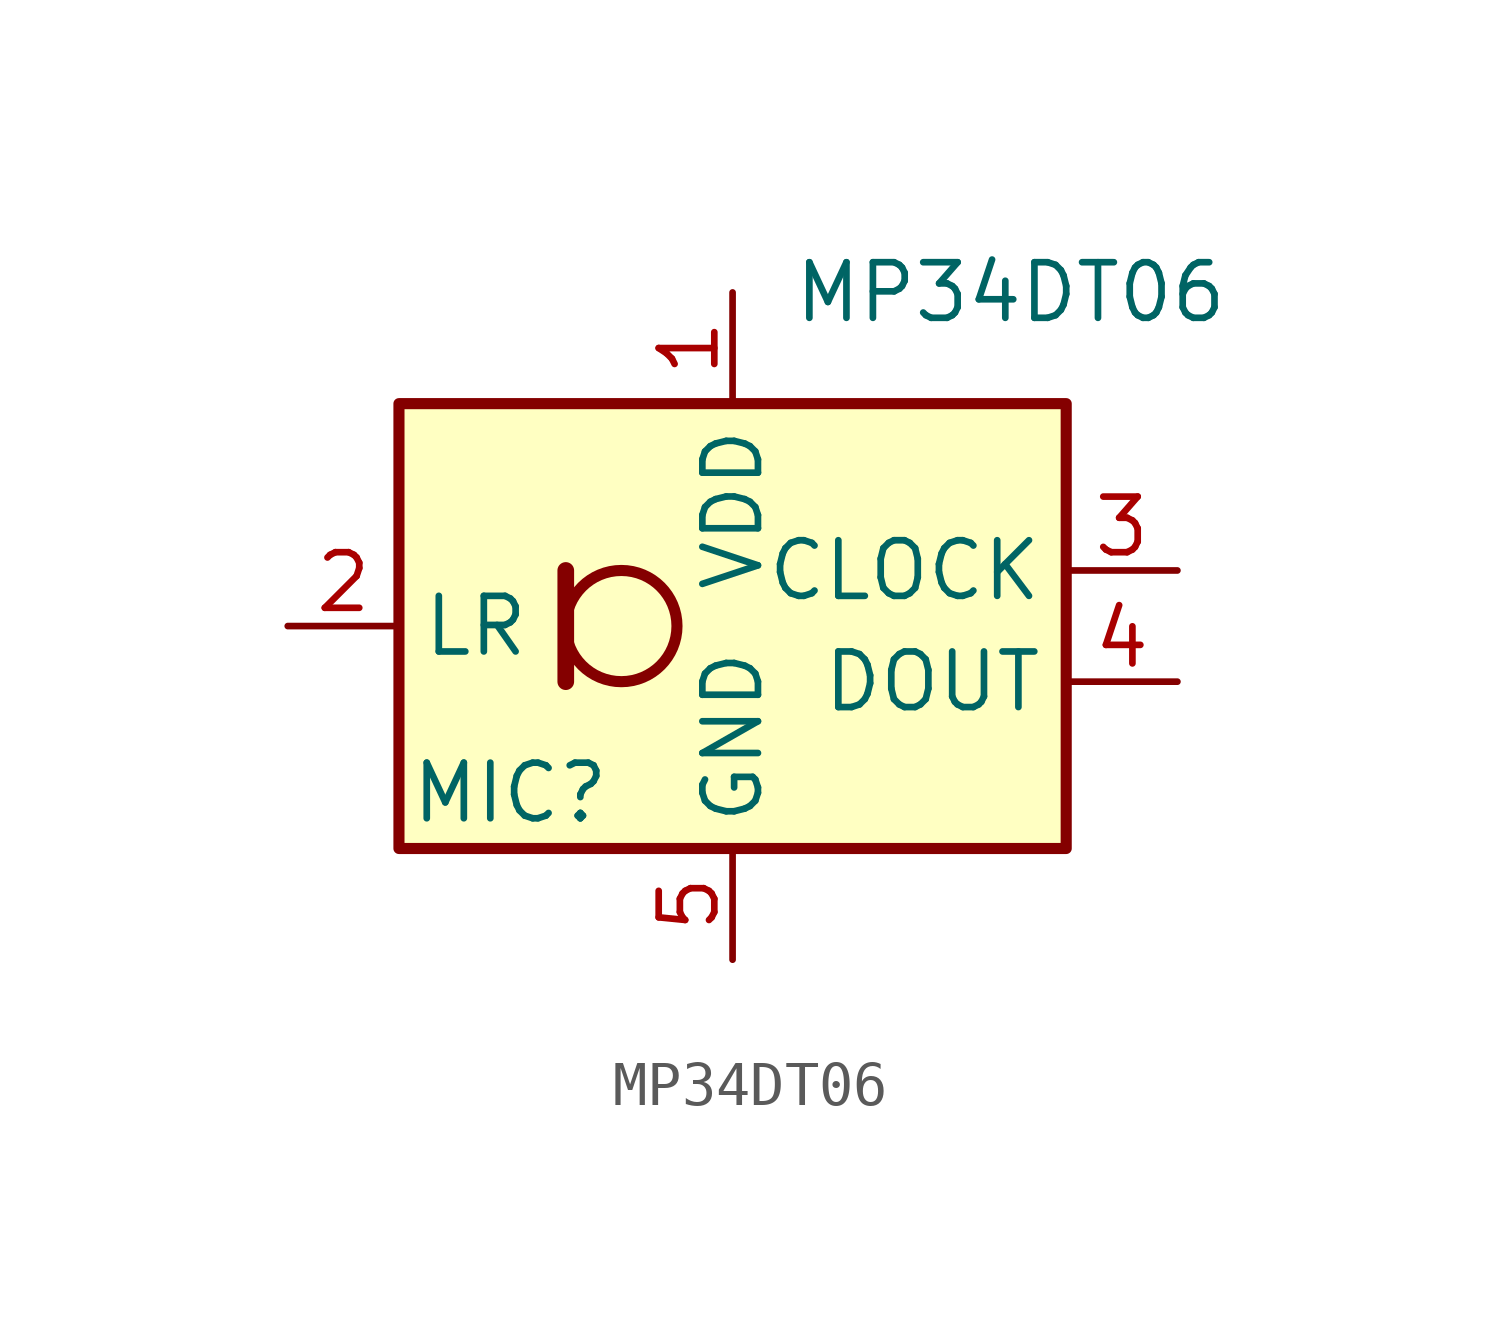
<source format=kicad_sym>
(kicad_symbol_lib
  (version 20201005)
  (generator kicad_symbol_editor)
  (symbol "ProjectLibrary:MP34DT06"
    (property "Reference" "MIC"
      (at -5.08 -3.81 0)
      (effects (font (size 1.27 1.27))))
    (property "Value" "MP34DT06"
      (at 6.35 7.62 0)
      (effects (font (size 1.27 1.27))))
    (symbol "MP34DT06_1_1"
      (circle (center -2.54 0) (radius 1.27) (stroke (width 0.254)) (fill (type none)))
      (rectangle (start -7.62 5.08) (end 7.62 -5.08) (stroke (width 0.254)) (fill (type background)))
      (polyline (pts (xy -3.81 1.27) (xy -3.81 -1.27)) (stroke (width 0.381)) (fill (type none)))
      (pin output line (at 10.16 -1.27 180) (length 2.54) (name "DOUT" (effects (font (size 1.27 1.27)))) (number "4" (effects (font (size 1.27 1.27)))))
      (pin input line (at -10.16 0 0) (length 2.54) (name "LR" (effects (font (size 1.27 1.27)))) (number "2" (effects (font (size 1.27 1.27)))))
      (pin power_in line (at 0 -7.62 90) (length 2.54) (name "GND" (effects (font (size 1.27 1.27)))) (number "5" (effects (font (size 1.27 1.27)))))
      (pin input line (at 10.16 1.27 180) (length 2.54) (name "CLOCK" (effects (font (size 1.27 1.27)))) (number "3" (effects (font (size 1.27 1.27)))))
      (pin power_in line (at 0 7.62 270) (length 2.54) (name "VDD" (effects (font (size 1.27 1.27)))) (number "1" (effects (font (size 1.27 1.27))))))))
</source>
